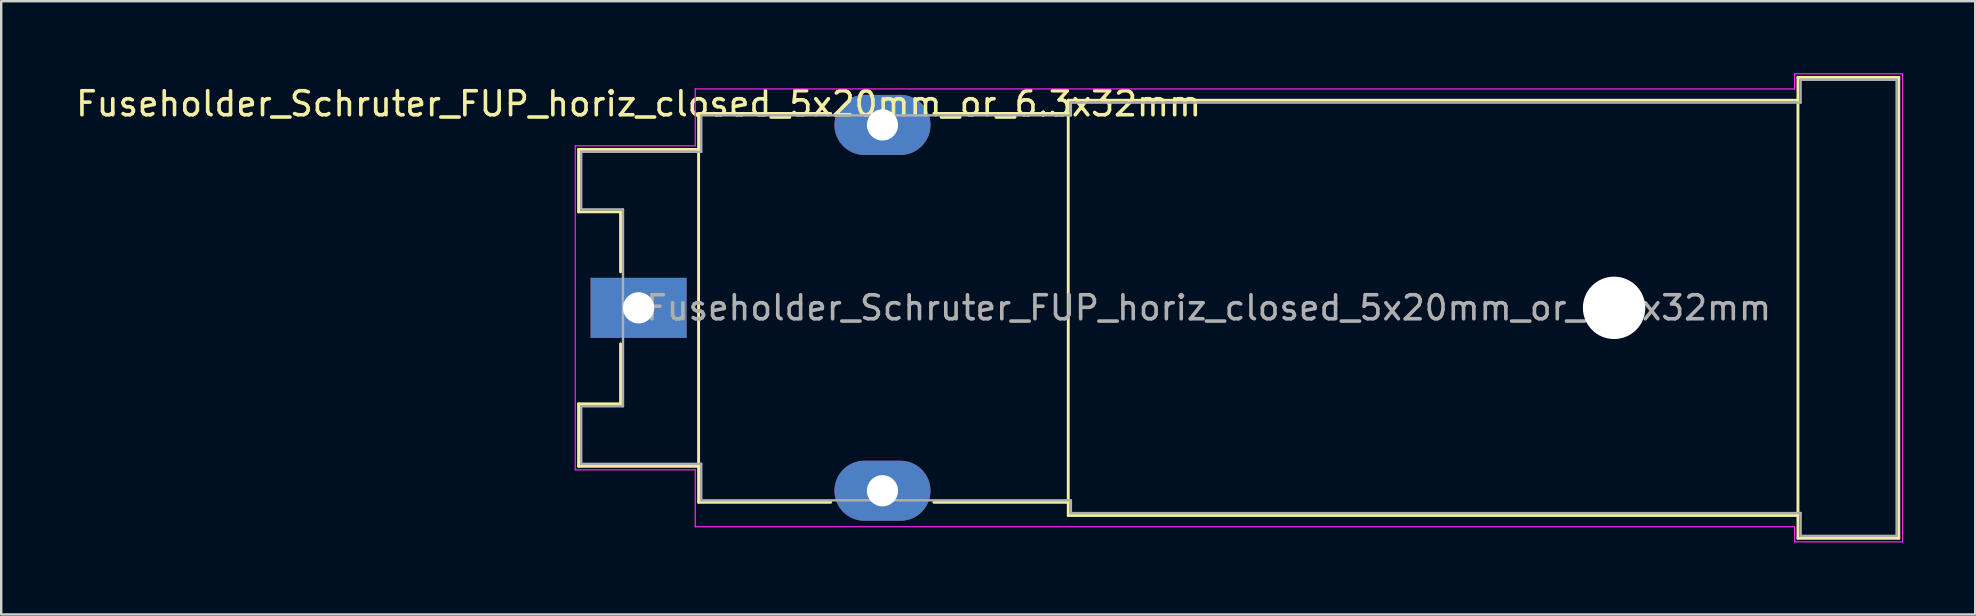
<source format=kicad_pcb>
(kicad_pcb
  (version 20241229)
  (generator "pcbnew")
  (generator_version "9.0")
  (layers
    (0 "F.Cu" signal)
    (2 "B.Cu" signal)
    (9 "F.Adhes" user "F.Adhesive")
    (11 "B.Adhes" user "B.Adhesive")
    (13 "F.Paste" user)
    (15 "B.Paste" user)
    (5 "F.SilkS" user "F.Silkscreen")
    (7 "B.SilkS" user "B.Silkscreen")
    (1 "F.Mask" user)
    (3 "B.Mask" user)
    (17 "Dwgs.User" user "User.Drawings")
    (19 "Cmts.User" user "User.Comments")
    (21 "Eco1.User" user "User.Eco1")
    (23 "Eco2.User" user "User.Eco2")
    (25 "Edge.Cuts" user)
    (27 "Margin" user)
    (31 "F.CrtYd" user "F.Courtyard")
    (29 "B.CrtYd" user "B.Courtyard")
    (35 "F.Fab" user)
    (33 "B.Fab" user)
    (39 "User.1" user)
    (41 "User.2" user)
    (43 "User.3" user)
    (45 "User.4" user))
  (footprint "Fuseholder_Schruter_FUP_horiz_closed_5x20mm_or_6.3x32mm"
    (layer "F.Cu")
    (at 23.554 9.775)
    (property "Reference" "Fuseholder_Schruter_FUP_horiz_closed_5x20mm_or_6.3x32mm" (at 0 -8.5 0) (layer "F.SilkS") (effects (font (size 1 1) (thickness 0.15))))
    (attr through_hole)
    (fp_line (start -2.5 -6.6) (end 2.5 -6.6) (stroke (width 0.12) (type solid)) (layer "F.SilkS"))
    (fp_line (start -2.5 -4) (end -2.5 -6.6) (stroke (width 0.12) (type solid)) (layer "F.SilkS"))
    (fp_line (start -2.5 4) (end -0.75 4) (stroke (width 0.12) (type solid)) (layer "F.SilkS"))
    (fp_line (start -2.5 6.6) (end -2.5 4) (stroke (width 0.12) (type solid)) (layer "F.SilkS"))
    (fp_line (start -2.5 6.6) (end 2.5 6.6) (stroke (width 0.12) (type solid)) (layer "F.SilkS"))
    (fp_line (start -0.75 -4) (end -2.5 -4) (stroke (width 0.12) (type solid)) (layer "F.SilkS"))
    (fp_line (start -0.75 -1.5) (end -0.75 -4) (stroke (width 0.12) (type solid)) (layer "F.SilkS"))
    (fp_line (start -0.75 4) (end -0.75 1.5) (stroke (width 0.12) (type solid)) (layer "F.SilkS"))
    (fp_line (start 2.5 -8.1) (end 8 -8.1) (stroke (width 0.12) (type solid)) (layer "F.SilkS"))
    (fp_line (start 2.5 8.1) (end 2.5 -8.1) (stroke (width 0.12) (type solid)) (layer "F.SilkS"))
    (fp_line (start 2.5 8.1) (end 8 8.1) (stroke (width 0.12) (type solid)) (layer "F.SilkS"))
    (fp_line (start 12.3 -8.1) (end 17.9 -8.1) (stroke (width 0.12) (type solid)) (layer "F.SilkS"))
    (fp_line (start 12.3 8.1) (end 17.9 8.1) (stroke (width 0.12) (type solid)) (layer "F.SilkS"))
    (fp_line (start 17.9 -8.65) (end 48.3 -8.65) (stroke (width 0.12) (type solid)) (layer "F.SilkS"))
    (fp_line (start 17.9 8.65) (end 17.9 -8.65) (stroke (width 0.12) (type solid)) (layer "F.SilkS"))
    (fp_line (start 17.9 8.65) (end 48.3 8.65) (stroke (width 0.12) (type solid)) (layer "F.SilkS"))
    (fp_line (start 48.3 -9.6) (end 52.5 -9.6) (stroke (width 0.12) (type solid)) (layer "F.SilkS"))
    (fp_line (start 48.3 9.6) (end 48.3 -9.6) (stroke (width 0.12) (type solid)) (layer "F.SilkS"))
    (fp_line (start 48.3 9.6) (end 52.5 9.6) (stroke (width 0.12) (type solid)) (layer "F.SilkS"))
    (fp_line (start 52.5 -9.6) (end 52.5 9.6) (stroke (width 0.12) (type solid)) (layer "F.SilkS"))
    (fp_line (start -2.64 -6.75) (end 2.36 -6.75) (stroke (width 0.05) (type solid)) (layer "F.CrtYd"))
    (fp_line (start -2.64 6.75) (end -2.64 -6.75) (stroke (width 0.05) (type solid)) (layer "F.CrtYd"))
    (fp_line (start -2.64 6.75) (end 2.36 6.75) (stroke (width 0.05) (type solid)) (layer "F.CrtYd"))
    (fp_line (start 2.36 -9.12) (end 2.36 -6.75) (stroke (width 0.05) (type solid)) (layer "F.CrtYd"))
    (fp_line (start 2.36 -9.12) (end 48.16 -9.12) (stroke (width 0.05) (type solid)) (layer "F.CrtYd"))
    (fp_line (start 2.36 6.75) (end 2.36 9.12) (stroke (width 0.05) (type solid)) (layer "F.CrtYd"))
    (fp_line (start 48.16 -9.75) (end 48.16 -9.12) (stroke (width 0.05) (type solid)) (layer "F.CrtYd"))
    (fp_line (start 48.16 -9.75) (end 52.66 -9.75) (stroke (width 0.05) (type solid)) (layer "F.CrtYd"))
    (fp_line (start 48.16 9.12) (end 2.36 9.12) (stroke (width 0.05) (type solid)) (layer "F.CrtYd"))
    (fp_line (start 48.16 9.12) (end 48.16 9.75) (stroke (width 0.05) (type solid)) (layer "F.CrtYd"))
    (fp_line (start 48.16 9.75) (end 52.66 9.75) (stroke (width 0.05) (type solid)) (layer "F.CrtYd"))
    (fp_line (start 52.66 -9.75) (end 52.66 9.75) (stroke (width 0.05) (type solid)) (layer "F.CrtYd"))
    (fp_line (start -2.39 -4.1) (end -2.39 -6.5) (stroke (width 0.1) (type solid)) (layer "F.Fab"))
    (fp_line (start -2.39 -4.1) (end -0.65 -4.1) (stroke (width 0.1) (type solid)) (layer "F.Fab"))
    (fp_line (start -2.39 4.1) (end -2.39 6.5) (stroke (width 0.1) (type solid)) (layer "F.Fab"))
    (fp_line (start -2.39 6.5) (end 2.61 6.5) (stroke (width 0.1) (type solid)) (layer "F.Fab"))
    (fp_line (start -0.65 -4.1) (end -0.65 4.1) (stroke (width 0.1) (type solid)) (layer "F.Fab"))
    (fp_line (start -0.65 4.1) (end -2.39 4.1) (stroke (width 0.1) (type solid)) (layer "F.Fab"))
    (fp_line (start 2.61 -8.02) (end 2.61 -6.5) (stroke (width 0.1) (type solid)) (layer "F.Fab"))
    (fp_line (start 2.61 -6.5) (end -2.39 -6.5) (stroke (width 0.1) (type solid)) (layer "F.Fab"))
    (fp_line (start 2.61 6.5) (end 2.61 8.02) (stroke (width 0.1) (type solid)) (layer "F.Fab"))
    (fp_line (start 2.61 8.02) (end 18.01 8.02) (stroke (width 0.1) (type solid)) (layer "F.Fab"))
    (fp_line (start 18.01 -8.55) (end 18.01 -8.02) (stroke (width 0.1) (type solid)) (layer "F.Fab"))
    (fp_line (start 18.01 -8.02) (end 2.61 -8.02) (stroke (width 0.1) (type solid)) (layer "F.Fab"))
    (fp_line (start 18.01 8.02) (end 18.01 8.55) (stroke (width 0.1) (type solid)) (layer "F.Fab"))
    (fp_line (start 18.01 8.55) (end 48.41 8.55) (stroke (width 0.1) (type solid)) (layer "F.Fab"))
    (fp_line (start 48.41 -9.5) (end 48.41 -8.55) (stroke (width 0.1) (type solid)) (layer "F.Fab"))
    (fp_line (start 48.41 -8.55) (end 18.01 -8.55) (stroke (width 0.1) (type solid)) (layer "F.Fab"))
    (fp_line (start 48.41 8.55) (end 48.41 9.5) (stroke (width 0.1) (type solid)) (layer "F.Fab"))
    (fp_line (start 48.41 9.5) (end 52.41 9.5) (stroke (width 0.1) (type solid)) (layer "F.Fab"))
    (fp_line (start 52.41 -9.5) (end 48.41 -9.5) (stroke (width 0.1) (type solid)) (layer "F.Fab"))
    (fp_line (start 52.41 -9.5) (end 52.41 9.5) (stroke (width 0.1) (type solid)) (layer "F.Fab"))
    (fp_text user "${REFERENCE}" (at 23.75 0 0) (layer "F.Fab") (effects (font (size 1 1) (thickness 0.15))))
    (pad "" np_thru_hole circle (at 40.64 0) (size 2.6 2.6) (drill 2.6) (layers "*.Cu" "*.Mask"))
    (pad "1" thru_hole rect (at 0 0) (size 4 2.5) (drill 1.3) (layers "*.Cu" "*.Mask"))
    (pad "2" thru_hole oval (at 10.16 -7.62) (size 4 2.5) (drill 1.3) (layers "*.Cu" "*.Mask"))
    (pad "2" thru_hole oval (at 10.16 7.62) (size 4 2.5) (drill 1.3) (layers "*.Cu" "*.Mask")))
  (gr_rect
    (start -3 -3)
    (end 79.239 22.55)
    (stroke (width 0.1) (type default))
    (fill no)
    (layer "Edge.Cuts")))
</source>
